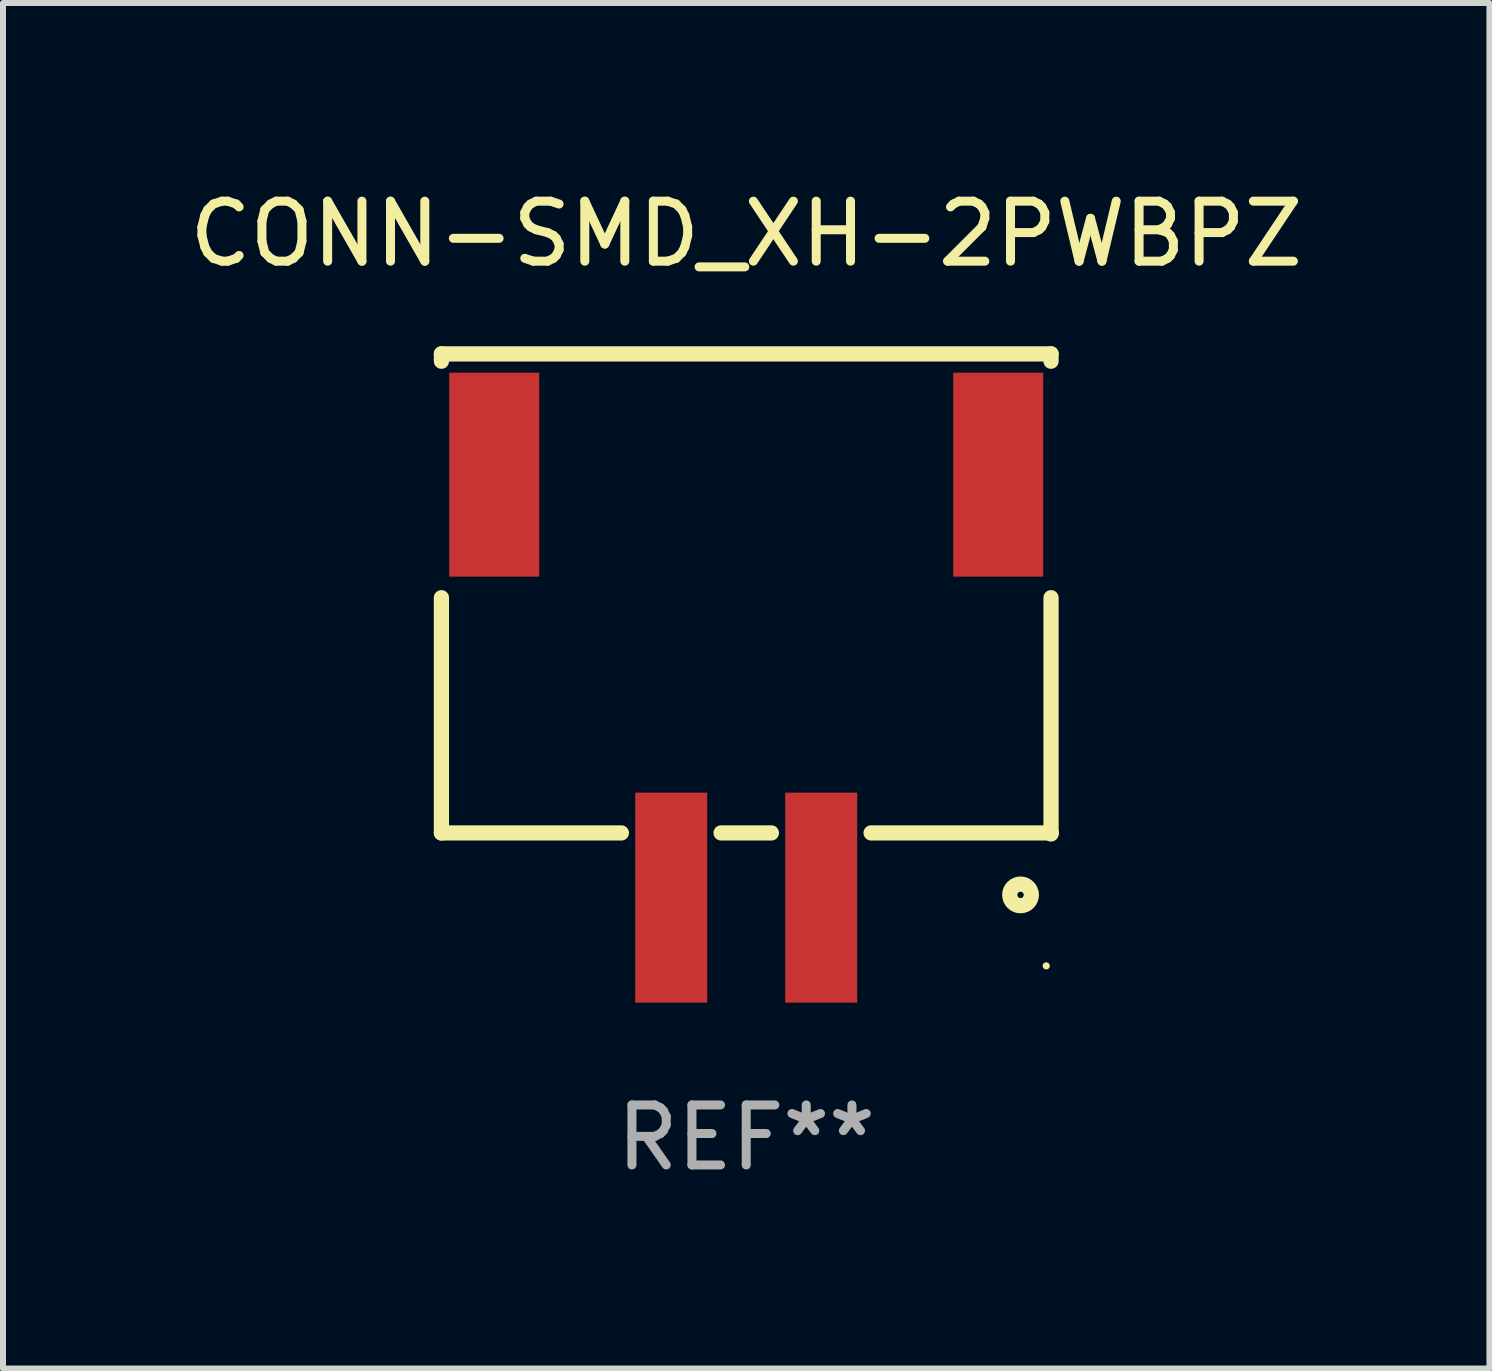
<source format=kicad_pcb>
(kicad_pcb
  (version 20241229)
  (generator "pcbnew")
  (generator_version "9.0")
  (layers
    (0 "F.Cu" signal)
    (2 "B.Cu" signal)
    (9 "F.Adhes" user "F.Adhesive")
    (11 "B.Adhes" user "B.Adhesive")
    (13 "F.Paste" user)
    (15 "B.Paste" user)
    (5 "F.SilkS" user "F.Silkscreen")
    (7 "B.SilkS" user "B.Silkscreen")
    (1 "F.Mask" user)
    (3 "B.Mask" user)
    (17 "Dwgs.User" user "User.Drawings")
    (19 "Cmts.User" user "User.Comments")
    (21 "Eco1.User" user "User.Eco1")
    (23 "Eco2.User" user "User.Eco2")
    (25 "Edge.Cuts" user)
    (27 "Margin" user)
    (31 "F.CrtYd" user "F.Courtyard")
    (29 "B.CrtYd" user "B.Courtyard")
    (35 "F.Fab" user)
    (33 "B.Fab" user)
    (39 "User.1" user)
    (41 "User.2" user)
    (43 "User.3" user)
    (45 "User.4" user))
  (footprint "CONN-SMD_XH-2PWBPZ"
    (layer "F.Cu")
    (at 9.387 8.386)
    (property "Reference" "CONN-SMD_XH-2PWBPZ" (at 0.000076 -7.538 0) (layer "F.SilkS") (effects (font (size 1 1) (thickness 0.15))))
    (attr smd)
    (fp_line (start -5.08 -5.538) (end 5.08 -5.538) (stroke (width 0.254) (type solid)) (layer "F.SilkS"))
    (fp_line (start -5.08 -5.416) (end -5.08 -5.538) (stroke (width 0.254) (type solid)) (layer "F.SilkS"))
    (fp_line (start -5.08 2.446) (end -5.08 -1.474) (stroke (width 0.254) (type solid)) (layer "F.SilkS"))
    (fp_line (start -5.08 2.446) (end -2.081 2.446) (stroke (width 0.254) (type solid)) (layer "F.SilkS"))
    (fp_line (start -0.419 2.446) (end 0.419 2.446) (stroke (width 0.254) (type solid)) (layer "F.SilkS"))
    (fp_line (start 2.081 2.446) (end 5.08 2.446) (stroke (width 0.254) (type solid)) (layer "F.SilkS"))
    (fp_line (start 5.08 -5.538) (end 5.08 -5.416) (stroke (width 0.254) (type solid)) (layer "F.SilkS"))
    (fp_line (start 5.08 2.446) (end 5.08 -1.474) (stroke (width 0.254) (type solid)) (layer "F.SilkS"))
    (fp_line (start 5.08 2.446) (end 5.08 2.463) (stroke (width 0.254) (type solid)) (layer "F.SilkS"))
    (fp_circle (center 4.572 3.479) (end 4.752 3.479) (stroke (width 0.254) (type solid)) (fill no) (layer "F.SilkS"))
    (fp_circle (center 5 4.662) (end 5.03 4.662) (stroke (width 0.06) (type solid)) (fill no) (layer "F.SilkS"))
    (fp_text user "REF**" (at 0.000076 7.525 0) (layer "F.Fab") (effects (font (size 1 1) (thickness 0.15))))
    (pad "1" smd rect (at 1.25 3.525) (size 1.2 3.5) (layers "F.Cu" "F.Mask" "F.Paste"))
    (pad "2" smd rect (at -1.25 3.525) (size 1.2 3.5) (layers "F.Cu" "F.Mask" "F.Paste"))
    (pad "3" smd rect (at -4.2 -3.525) (size 1.5 3.4) (layers "F.Cu" "F.Mask" "F.Paste"))
    (pad "4" smd rect (at 4.2 -3.525) (size 1.5 3.4) (layers "F.Cu" "F.Mask" "F.Paste")))
  (gr_rect
    (start -3 -3)
    (end 21.774 19.759)
    (stroke (width 0.1) (type default))
    (fill no)
    (layer "Edge.Cuts")))
</source>
